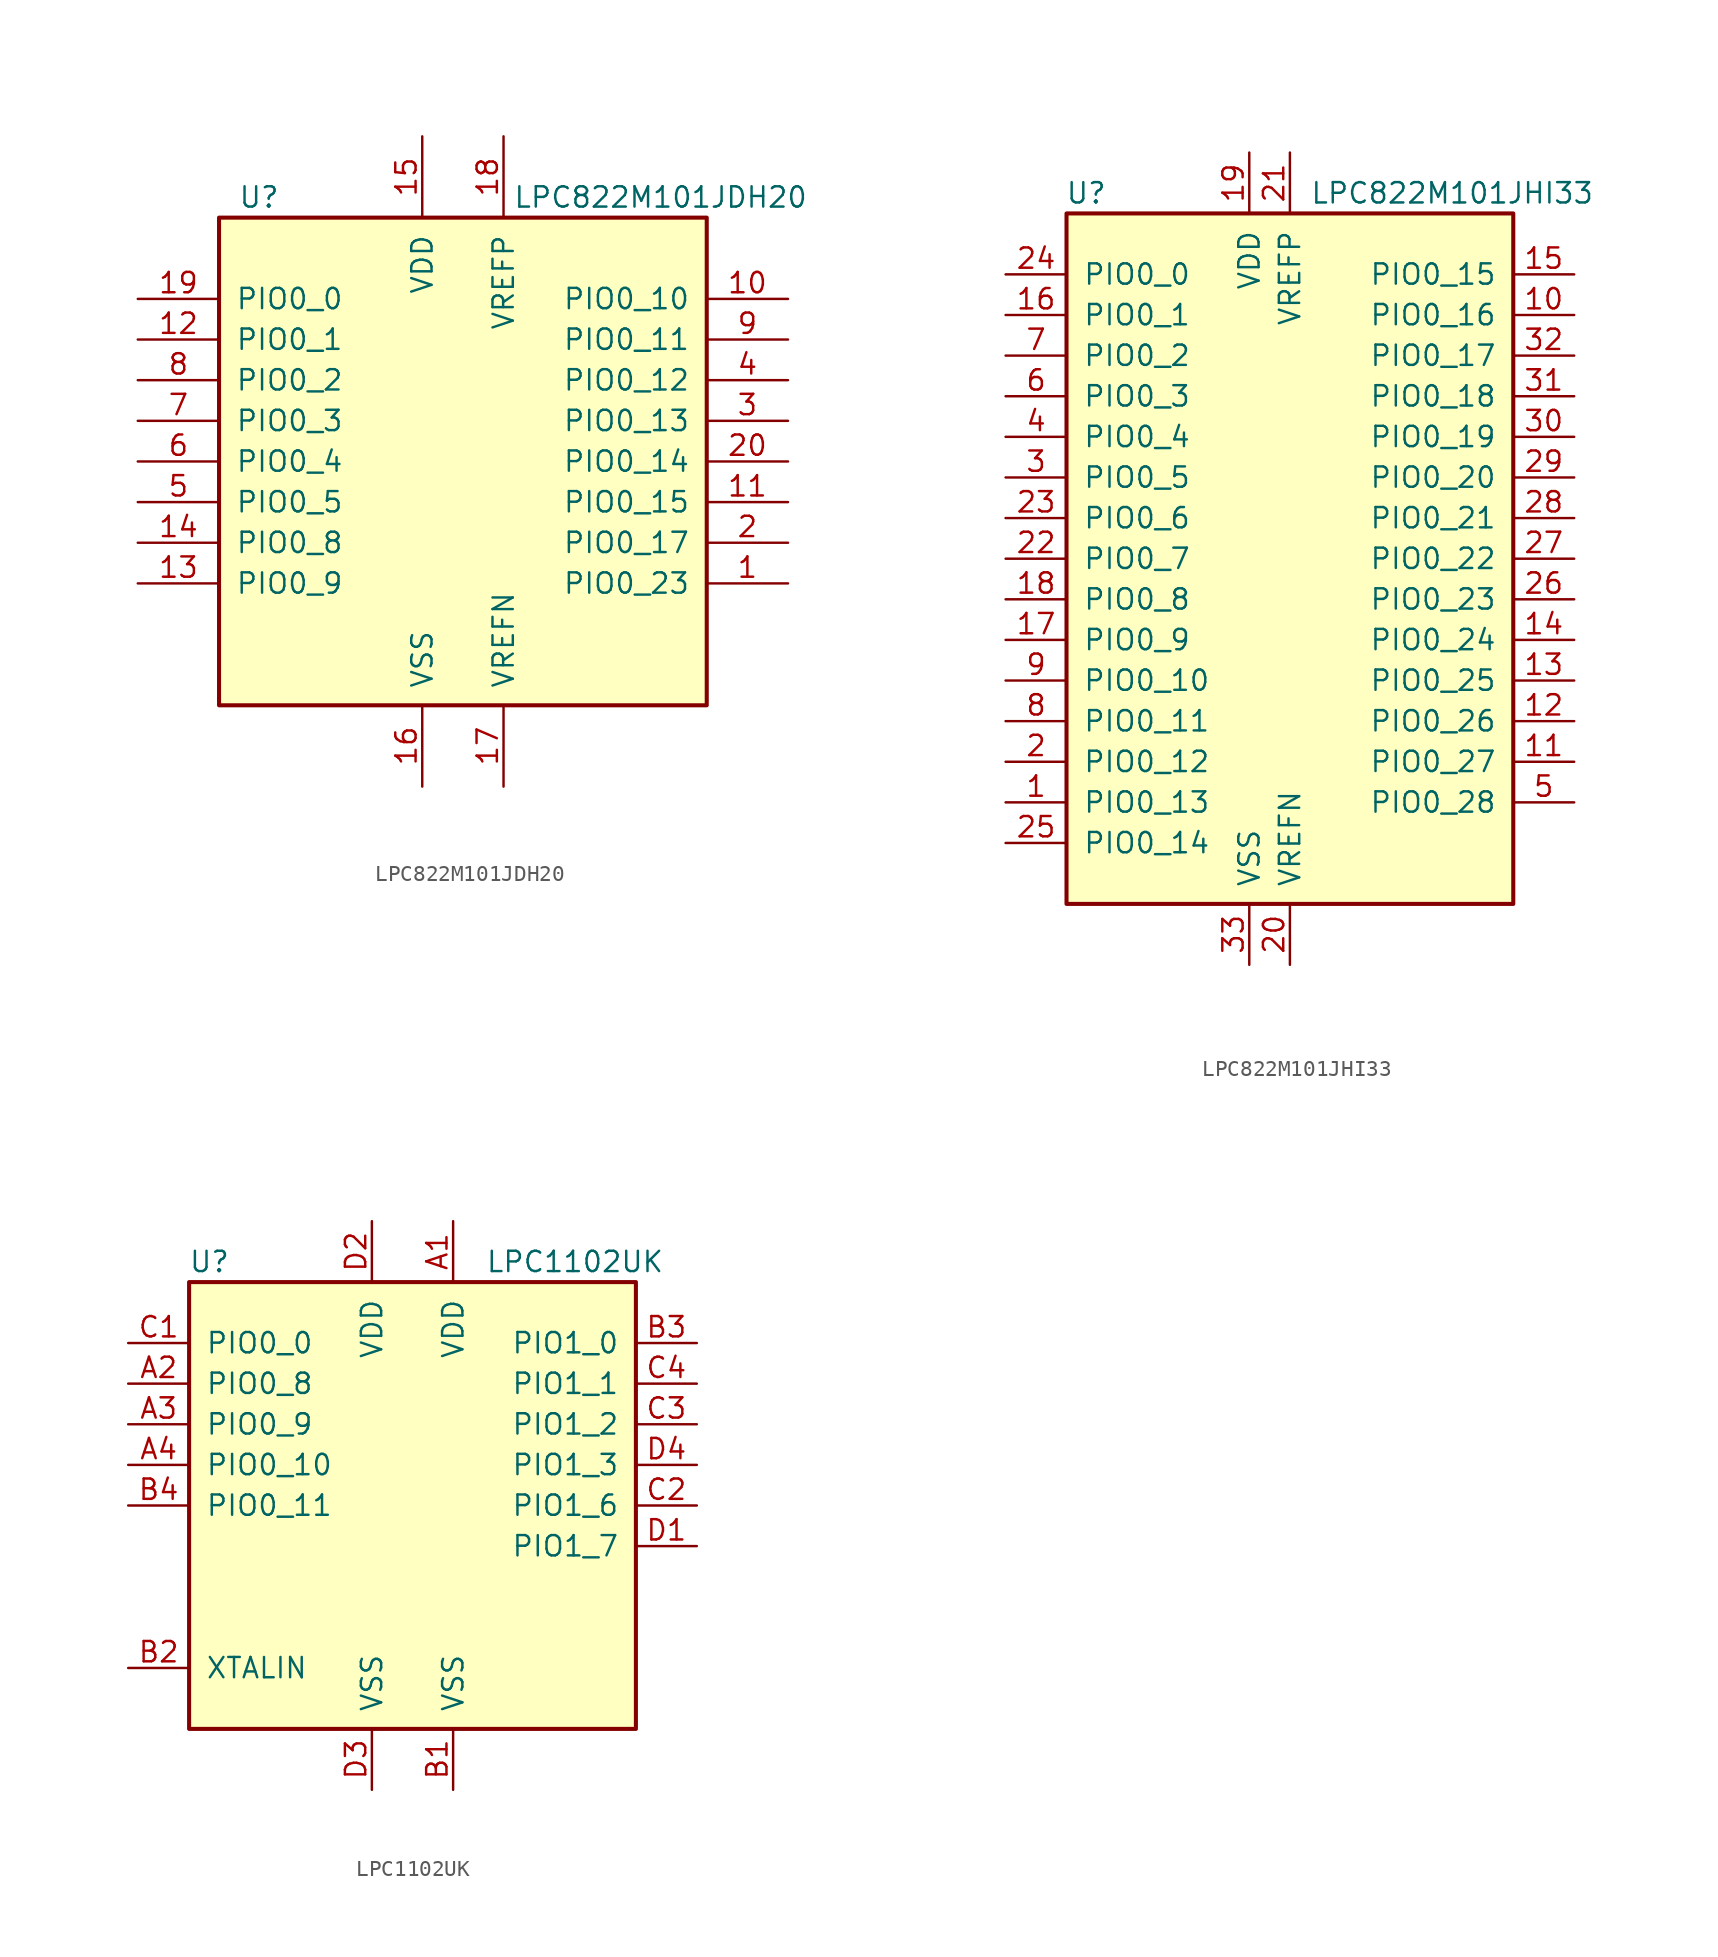
<source format=kicad_sym>
(kicad_symbol_lib
  (version 20201005)
  (generator kicad_symbol_editor)
  (symbol "MCU_NXP_LPC:LPC822M101JDH20"
    (pin_names
      (offset 1.016))
    (property "Reference" "U"
      (at -11.43 16.51 0)
      (effects (font (size 1.27 1.27)) (justify right)))
    (property "Value" "LPC822M101JDH20"
      (at 21.59 16.51 0)
      (effects (font (size 1.27 1.27)) (justify right)))
    (symbol "LPC822M101JDH20_0_1"
      (rectangle (start -15.24 15.24) (end 15.24 -15.24) (stroke (width 0.254)) (fill (type background))))
    (symbol "LPC822M101JDH20_1_1"
      (pin bidirectional line (at 20.32 -7.62 180) (length 5.08) (name "PIO0_23" (effects (font (size 1.27 1.27)))) (number "1" (effects (font (size 1.27 1.27)))))
      (pin bidirectional line (at 20.32 10.16 180) (length 5.08) (name "PIO0_10" (effects (font (size 1.27 1.27)))) (number "10" (effects (font (size 1.27 1.27)))))
      (pin bidirectional line (at 20.32 -2.54 180) (length 5.08) (name "PIO0_15" (effects (font (size 1.27 1.27)))) (number "11" (effects (font (size 1.27 1.27)))))
      (pin bidirectional line (at -20.32 7.62 0) (length 5.08) (name "PIO0_1" (effects (font (size 1.27 1.27)))) (number "12" (effects (font (size 1.27 1.27)))))
      (pin bidirectional line (at -20.32 -7.62 0) (length 5.08) (name "PIO0_9" (effects (font (size 1.27 1.27)))) (number "13" (effects (font (size 1.27 1.27)))))
      (pin bidirectional line (at -20.32 -5.08 0) (length 5.08) (name "PIO0_8" (effects (font (size 1.27 1.27)))) (number "14" (effects (font (size 1.27 1.27)))))
      (pin power_in line (at -2.54 20.32 270) (length 5.08) (name "VDD" (effects (font (size 1.27 1.27)))) (number "15" (effects (font (size 1.27 1.27)))))
      (pin power_in line (at -2.54 -20.32 90) (length 5.08) (name "VSS" (effects (font (size 1.27 1.27)))) (number "16" (effects (font (size 1.27 1.27)))))
      (pin power_in line (at 2.54 -20.32 90) (length 5.08) (name "VREFN" (effects (font (size 1.27 1.27)))) (number "17" (effects (font (size 1.27 1.27)))))
      (pin power_in line (at 2.54 20.32 270) (length 5.08) (name "VREFP" (effects (font (size 1.27 1.27)))) (number "18" (effects (font (size 1.27 1.27)))))
      (pin bidirectional line (at -20.32 10.16 0) (length 5.08) (name "PIO0_0" (effects (font (size 1.27 1.27)))) (number "19" (effects (font (size 1.27 1.27)))))
      (pin bidirectional line (at 20.32 -5.08 180) (length 5.08) (name "PIO0_17" (effects (font (size 1.27 1.27)))) (number "2" (effects (font (size 1.27 1.27)))))
      (pin bidirectional line (at 20.32 0 180) (length 5.08) (name "PIO0_14" (effects (font (size 1.27 1.27)))) (number "20" (effects (font (size 1.27 1.27)))))
      (pin bidirectional line (at 20.32 2.54 180) (length 5.08) (name "PIO0_13" (effects (font (size 1.27 1.27)))) (number "3" (effects (font (size 1.27 1.27)))))
      (pin bidirectional line (at 20.32 5.08 180) (length 5.08) (name "PIO0_12" (effects (font (size 1.27 1.27)))) (number "4" (effects (font (size 1.27 1.27)))))
      (pin bidirectional line (at -20.32 -2.54 0) (length 5.08) (name "PIO0_5" (effects (font (size 1.27 1.27)))) (number "5" (effects (font (size 1.27 1.27)))))
      (pin bidirectional line (at -20.32 0 0) (length 5.08) (name "PIO0_4" (effects (font (size 1.27 1.27)))) (number "6" (effects (font (size 1.27 1.27)))))
      (pin bidirectional line (at -20.32 2.54 0) (length 5.08) (name "PIO0_3" (effects (font (size 1.27 1.27)))) (number "7" (effects (font (size 1.27 1.27)))))
      (pin bidirectional line (at -20.32 5.08 0) (length 5.08) (name "PIO0_2" (effects (font (size 1.27 1.27)))) (number "8" (effects (font (size 1.27 1.27)))))
      (pin bidirectional line (at 20.32 7.62 180) (length 5.08) (name "PIO0_11" (effects (font (size 1.27 1.27)))) (number "9" (effects (font (size 1.27 1.27)))))))
  (symbol "MCU_NXP_LPC:LPC822M101JHI33"
    (pin_names
      (offset 1.016))
    (property "Reference" "U"
      (at -11.43 22.86 0)
      (effects (font (size 1.27 1.27)) (justify right)))
    (property "Value" "LPC822M101JHI33"
      (at 19.05 22.86 0)
      (effects (font (size 1.27 1.27)) (justify right)))
    (symbol "LPC822M101JHI33_0_1"
      (rectangle (start -13.97 21.59) (end 13.97 -21.59) (stroke (width 0.254)) (fill (type background))))
    (symbol "LPC822M101JHI33_1_1"
      (pin bidirectional line (at -17.78 -15.24 0) (length 3.81) (name "PIO0_13" (effects (font (size 1.27 1.27)))) (number "1" (effects (font (size 1.27 1.27)))))
      (pin bidirectional line (at 17.78 15.24 180) (length 3.81) (name "PIO0_16" (effects (font (size 1.27 1.27)))) (number "10" (effects (font (size 1.27 1.27)))))
      (pin bidirectional line (at 17.78 -12.7 180) (length 3.81) (name "PIO0_27" (effects (font (size 1.27 1.27)))) (number "11" (effects (font (size 1.27 1.27)))))
      (pin bidirectional line (at 17.78 -10.16 180) (length 3.81) (name "PIO0_26" (effects (font (size 1.27 1.27)))) (number "12" (effects (font (size 1.27 1.27)))))
      (pin bidirectional line (at 17.78 -7.62 180) (length 3.81) (name "PIO0_25" (effects (font (size 1.27 1.27)))) (number "13" (effects (font (size 1.27 1.27)))))
      (pin bidirectional line (at 17.78 -5.08 180) (length 3.81) (name "PIO0_24" (effects (font (size 1.27 1.27)))) (number "14" (effects (font (size 1.27 1.27)))))
      (pin bidirectional line (at 17.78 17.78 180) (length 3.81) (name "PIO0_15" (effects (font (size 1.27 1.27)))) (number "15" (effects (font (size 1.27 1.27)))))
      (pin bidirectional line (at -17.78 15.24 0) (length 3.81) (name "PIO0_1" (effects (font (size 1.27 1.27)))) (number "16" (effects (font (size 1.27 1.27)))))
      (pin bidirectional line (at -17.78 -5.08 0) (length 3.81) (name "PIO0_9" (effects (font (size 1.27 1.27)))) (number "17" (effects (font (size 1.27 1.27)))))
      (pin bidirectional line (at -17.78 -2.54 0) (length 3.81) (name "PIO0_8" (effects (font (size 1.27 1.27)))) (number "18" (effects (font (size 1.27 1.27)))))
      (pin power_in line (at -2.54 25.4 270) (length 3.81) (name "VDD" (effects (font (size 1.27 1.27)))) (number "19" (effects (font (size 1.27 1.27)))))
      (pin bidirectional line (at -17.78 -12.7 0) (length 3.81) (name "PIO0_12" (effects (font (size 1.27 1.27)))) (number "2" (effects (font (size 1.27 1.27)))))
      (pin power_in line (at 0 -25.4 90) (length 3.81) (name "VREFN" (effects (font (size 1.27 1.27)))) (number "20" (effects (font (size 1.27 1.27)))))
      (pin power_in line (at 0 25.4 270) (length 3.81) (name "VREFP" (effects (font (size 1.27 1.27)))) (number "21" (effects (font (size 1.27 1.27)))))
      (pin bidirectional line (at -17.78 0 0) (length 3.81) (name "PIO0_7" (effects (font (size 1.27 1.27)))) (number "22" (effects (font (size 1.27 1.27)))))
      (pin bidirectional line (at -17.78 2.54 0) (length 3.81) (name "PIO0_6" (effects (font (size 1.27 1.27)))) (number "23" (effects (font (size 1.27 1.27)))))
      (pin bidirectional line (at -17.78 17.78 0) (length 3.81) (name "PIO0_0" (effects (font (size 1.27 1.27)))) (number "24" (effects (font (size 1.27 1.27)))))
      (pin bidirectional line (at -17.78 -17.78 0) (length 3.81) (name "PIO0_14" (effects (font (size 1.27 1.27)))) (number "25" (effects (font (size 1.27 1.27)))))
      (pin bidirectional line (at 17.78 -2.54 180) (length 3.81) (name "PIO0_23" (effects (font (size 1.27 1.27)))) (number "26" (effects (font (size 1.27 1.27)))))
      (pin bidirectional line (at 17.78 0 180) (length 3.81) (name "PIO0_22" (effects (font (size 1.27 1.27)))) (number "27" (effects (font (size 1.27 1.27)))))
      (pin bidirectional line (at 17.78 2.54 180) (length 3.81) (name "PIO0_21" (effects (font (size 1.27 1.27)))) (number "28" (effects (font (size 1.27 1.27)))))
      (pin bidirectional line (at 17.78 5.08 180) (length 3.81) (name "PIO0_20" (effects (font (size 1.27 1.27)))) (number "29" (effects (font (size 1.27 1.27)))))
      (pin bidirectional line (at -17.78 5.08 0) (length 3.81) (name "PIO0_5" (effects (font (size 1.27 1.27)))) (number "3" (effects (font (size 1.27 1.27)))))
      (pin bidirectional line (at 17.78 7.62 180) (length 3.81) (name "PIO0_19" (effects (font (size 1.27 1.27)))) (number "30" (effects (font (size 1.27 1.27)))))
      (pin bidirectional line (at 17.78 10.16 180) (length 3.81) (name "PIO0_18" (effects (font (size 1.27 1.27)))) (number "31" (effects (font (size 1.27 1.27)))))
      (pin bidirectional line (at 17.78 12.7 180) (length 3.81) (name "PIO0_17" (effects (font (size 1.27 1.27)))) (number "32" (effects (font (size 1.27 1.27)))))
      (pin power_in line (at -2.54 -25.4 90) (length 3.81) (name "VSS" (effects (font (size 1.27 1.27)))) (number "33" (effects (font (size 1.27 1.27)))))
      (pin bidirectional line (at -17.78 7.62 0) (length 3.81) (name "PIO0_4" (effects (font (size 1.27 1.27)))) (number "4" (effects (font (size 1.27 1.27)))))
      (pin bidirectional line (at 17.78 -15.24 180) (length 3.81) (name "PIO0_28" (effects (font (size 1.27 1.27)))) (number "5" (effects (font (size 1.27 1.27)))))
      (pin bidirectional line (at -17.78 10.16 0) (length 3.81) (name "PIO0_3" (effects (font (size 1.27 1.27)))) (number "6" (effects (font (size 1.27 1.27)))))
      (pin bidirectional line (at -17.78 12.7 0) (length 3.81) (name "PIO0_2" (effects (font (size 1.27 1.27)))) (number "7" (effects (font (size 1.27 1.27)))))
      (pin bidirectional line (at -17.78 -10.16 0) (length 3.81) (name "PIO0_11" (effects (font (size 1.27 1.27)))) (number "8" (effects (font (size 1.27 1.27)))))
      (pin bidirectional line (at -17.78 -7.62 0) (length 3.81) (name "PIO0_10" (effects (font (size 1.27 1.27)))) (number "9" (effects (font (size 1.27 1.27)))))))
  (symbol "MCU_NXP_LPC:LPC1102UK"
    (pin_names
      (offset 1.016))
    (property "Reference" "U"
      (at -12.7 15.24 0)
      (effects (font (size 1.27 1.27))))
    (property "Value" "LPC1102UK"
      (at 10.16 15.24 0)
      (effects (font (size 1.27 1.27))))
    (symbol "LPC1102UK_0_1"
      (rectangle (start -13.97 13.97) (end 13.97 -13.97) (stroke (width 0.254)) (fill (type background))))
    (symbol "LPC1102UK_1_1"
      (pin power_in line (at 2.54 17.78 270) (length 3.81) (name "VDD" (effects (font (size 1.27 1.27)))) (number "A1" (effects (font (size 1.27 1.27)))))
      (pin bidirectional line (at -17.78 7.62 0) (length 3.81) (name "PIO0_8" (effects (font (size 1.27 1.27)))) (number "A2" (effects (font (size 1.27 1.27)))))
      (pin bidirectional line (at -17.78 5.08 0) (length 3.81) (name "PIO0_9" (effects (font (size 1.27 1.27)))) (number "A3" (effects (font (size 1.27 1.27)))))
      (pin bidirectional line (at -17.78 2.54 0) (length 3.81) (name "PIO0_10" (effects (font (size 1.27 1.27)))) (number "A4" (effects (font (size 1.27 1.27)))))
      (pin power_in line (at 2.54 -17.78 90) (length 3.81) (name "VSS" (effects (font (size 1.27 1.27)))) (number "B1" (effects (font (size 1.27 1.27)))))
      (pin input line (at -17.78 -10.16 0) (length 3.81) (name "XTALIN" (effects (font (size 1.27 1.27)))) (number "B2" (effects (font (size 1.27 1.27)))))
      (pin bidirectional line (at 17.78 10.16 180) (length 3.81) (name "PIO1_0" (effects (font (size 1.27 1.27)))) (number "B3" (effects (font (size 1.27 1.27)))))
      (pin bidirectional line (at -17.78 0 0) (length 3.81) (name "PIO0_11" (effects (font (size 1.27 1.27)))) (number "B4" (effects (font (size 1.27 1.27)))))
      (pin bidirectional line (at -17.78 10.16 0) (length 3.81) (name "PIO0_0" (effects (font (size 1.27 1.27)))) (number "C1" (effects (font (size 1.27 1.27)))))
      (pin bidirectional line (at 17.78 0 180) (length 3.81) (name "PIO1_6" (effects (font (size 1.27 1.27)))) (number "C2" (effects (font (size 1.27 1.27)))))
      (pin bidirectional line (at 17.78 5.08 180) (length 3.81) (name "PIO1_2" (effects (font (size 1.27 1.27)))) (number "C3" (effects (font (size 1.27 1.27)))))
      (pin bidirectional line (at 17.78 7.62 180) (length 3.81) (name "PIO1_1" (effects (font (size 1.27 1.27)))) (number "C4" (effects (font (size 1.27 1.27)))))
      (pin bidirectional line (at 17.78 -2.54 180) (length 3.81) (name "PIO1_7" (effects (font (size 1.27 1.27)))) (number "D1" (effects (font (size 1.27 1.27)))))
      (pin power_in line (at -2.54 17.78 270) (length 3.81) (name "VDD" (effects (font (size 1.27 1.27)))) (number "D2" (effects (font (size 1.27 1.27)))))
      (pin power_in line (at -2.54 -17.78 90) (length 3.81) (name "VSS" (effects (font (size 1.27 1.27)))) (number "D3" (effects (font (size 1.27 1.27)))))
      (pin bidirectional line (at 17.78 2.54 180) (length 3.81) (name "PIO1_3" (effects (font (size 1.27 1.27)))) (number "D4" (effects (font (size 1.27 1.27))))))))
</source>
